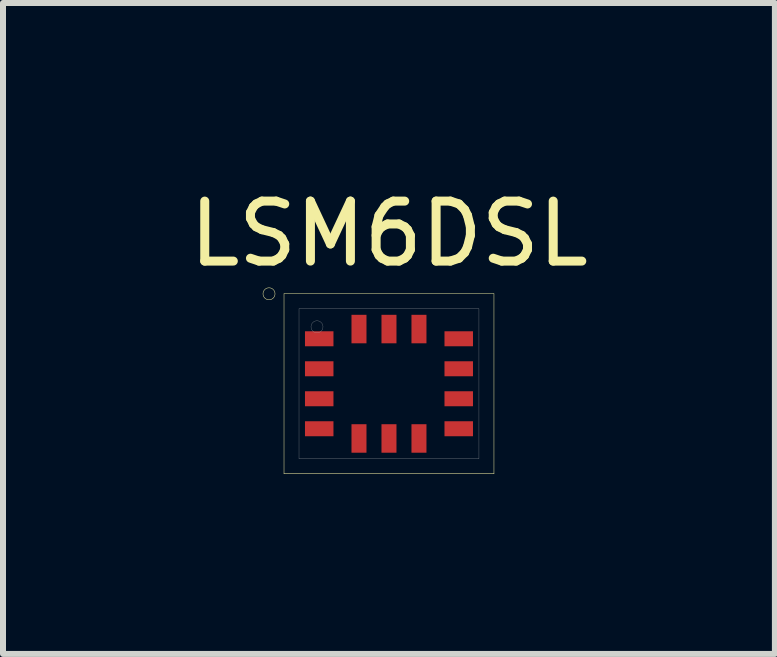
<source format=kicad_pcb>
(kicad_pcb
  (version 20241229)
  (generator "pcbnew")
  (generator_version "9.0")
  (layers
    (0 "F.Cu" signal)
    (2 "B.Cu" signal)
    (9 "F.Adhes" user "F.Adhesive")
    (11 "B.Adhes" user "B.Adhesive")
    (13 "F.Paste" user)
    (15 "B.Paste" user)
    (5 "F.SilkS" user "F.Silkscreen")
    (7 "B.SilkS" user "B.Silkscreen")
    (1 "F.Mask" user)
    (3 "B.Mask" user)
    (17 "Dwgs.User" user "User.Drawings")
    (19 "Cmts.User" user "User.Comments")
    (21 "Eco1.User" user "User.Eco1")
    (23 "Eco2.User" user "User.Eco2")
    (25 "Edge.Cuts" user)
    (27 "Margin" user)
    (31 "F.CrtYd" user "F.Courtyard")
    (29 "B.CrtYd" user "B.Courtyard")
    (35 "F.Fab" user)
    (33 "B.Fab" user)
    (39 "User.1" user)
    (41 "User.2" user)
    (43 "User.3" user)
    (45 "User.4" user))
  (footprint "LSM6DSL"
    (layer "F.Cu")
    (at 3.435 3.348)
    (property "Reference" "LSM6DSL" (at 0 -2.5 0) (layer "F.SilkS") (effects (font (size 1 1) (thickness 0.15))))
    (attr through_hole)
    (fp_line (start -1.75 -1.5) (end -1.75 1.5) (stroke (width 0.008) (type solid)) (layer "F.SilkS"))
    (fp_line (start -1.75 -1.5) (end 1.75 -1.5) (stroke (width 0.008) (type solid)) (layer "F.SilkS"))
    (fp_line (start -1.75 1.5) (end 1.75 1.5) (stroke (width 0.008) (type solid)) (layer "F.SilkS"))
    (fp_line (start 1.75 -1.5) (end 1.75 1.5) (stroke (width 0.008) (type solid)) (layer "F.SilkS"))
    (fp_circle (center -2 -1.5) (end -1.9 -1.5) (stroke (width 0.008) (type solid)) (fill no) (layer "F.SilkS"))
    (fp_line (start -1.5 -1.25) (end -1.5 1.25) (stroke (width 0.004) (type solid)) (layer "F.Fab"))
    (fp_line (start -1.5 -1.25) (end 1.5 -1.25) (stroke (width 0.004) (type solid)) (layer "F.Fab"))
    (fp_line (start -1.5 1.25) (end 1.5 1.25) (stroke (width 0.004) (type solid)) (layer "F.Fab"))
    (fp_line (start 1.5 -1.25) (end 1.5 1.25) (stroke (width 0.004) (type solid)) (layer "F.Fab"))
    (fp_circle (center -1.2 -0.95) (end -1.1 -0.95) (stroke (width 0.004) (type solid)) (fill no) (layer "F.Fab"))
    (pad "1" smd rect (at -1.163 -0.75 90) (size 0.25 0.475) (layers "F.Cu" "F.Mask" "F.Paste"))
    (pad "1" smd rect (at -1.163 0.25 90) (size 0.25 0.475) (layers "F.Cu" "F.Mask" "F.Paste"))
    (pad "2" smd rect (at -1.163 -0.25 90) (size 0.25 0.475) (layers "F.Cu" "F.Mask" "F.Paste"))
    (pad "4" smd rect (at -1.163 0.75 90) (size 0.25 0.475) (layers "F.Cu" "F.Mask" "F.Paste"))
    (pad "5" smd rect (at -0.5 0.912 180) (size 0.25 0.475) (layers "F.Cu" "F.Mask" "F.Paste"))
    (pad "6" smd rect (at 0 0.912 180) (size 0.25 0.475) (layers "F.Cu" "F.Mask" "F.Paste"))
    (pad "7" smd rect (at 0.5 0.912 180) (size 0.25 0.475) (layers "F.Cu" "F.Mask" "F.Paste"))
    (pad "8" smd rect (at 1.163 0.75 90) (size 0.25 0.475) (layers "F.Cu" "F.Mask" "F.Paste"))
    (pad "9" smd rect (at 1.163 0.25 90) (size 0.25 0.475) (layers "F.Cu" "F.Mask" "F.Paste"))
    (pad "10" smd rect (at 1.163 -0.25 90) (size 0.25 0.475) (layers "F.Cu" "F.Mask" "F.Paste"))
    (pad "11" smd rect (at 1.163 -0.75 90) (size 0.25 0.475) (layers "F.Cu" "F.Mask" "F.Paste"))
    (pad "12" smd rect (at 0.5 -0.912 180) (size 0.25 0.475) (layers "F.Cu" "F.Mask" "F.Paste"))
    (pad "13" smd rect (at 0 -0.912 180) (size 0.25 0.475) (layers "F.Cu" "F.Mask" "F.Paste"))
    (pad "14" smd rect (at -0.5 -0.912 180) (size 0.25 0.475) (layers "F.Cu" "F.Mask" "F.Paste")))
  (gr_rect
    (start -3 -3)
    (end 9.869 7.852)
    (stroke (width 0.1) (type default))
    (fill no)
    (layer "Edge.Cuts")))
</source>
